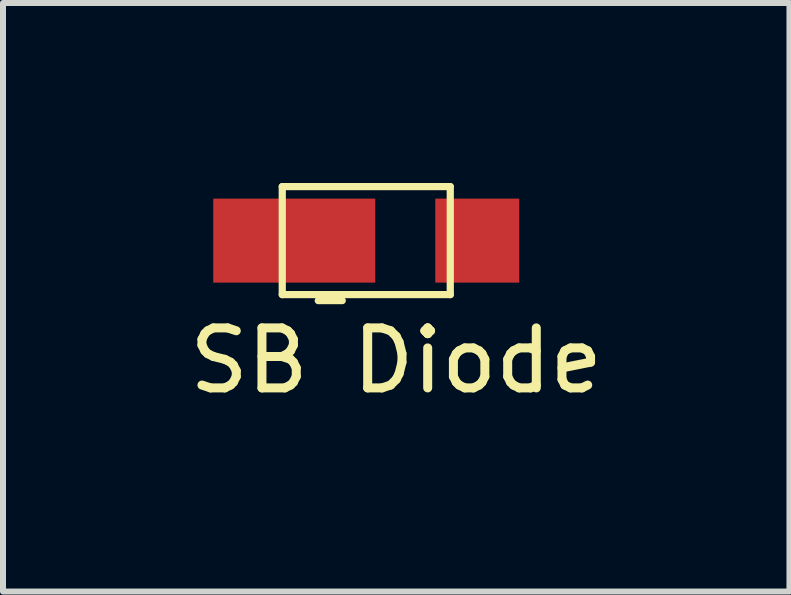
<source format=kicad_pcb>
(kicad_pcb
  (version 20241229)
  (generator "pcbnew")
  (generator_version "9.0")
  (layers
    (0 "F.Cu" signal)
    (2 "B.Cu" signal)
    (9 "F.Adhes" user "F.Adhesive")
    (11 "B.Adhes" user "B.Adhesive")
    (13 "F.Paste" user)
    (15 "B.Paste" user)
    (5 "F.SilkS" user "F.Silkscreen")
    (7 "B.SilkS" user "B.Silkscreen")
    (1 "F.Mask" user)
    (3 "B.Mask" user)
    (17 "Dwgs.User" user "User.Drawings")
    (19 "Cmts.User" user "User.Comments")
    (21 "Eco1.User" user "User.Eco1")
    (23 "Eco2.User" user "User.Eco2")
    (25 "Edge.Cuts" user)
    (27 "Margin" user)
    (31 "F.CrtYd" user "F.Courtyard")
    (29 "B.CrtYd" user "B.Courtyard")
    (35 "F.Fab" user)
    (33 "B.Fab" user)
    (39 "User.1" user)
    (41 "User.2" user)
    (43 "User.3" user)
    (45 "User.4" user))
  (footprint "SB Diode"
    (layer "F.Cu")
    (at 3.054 0.96)
    (property "Reference" "SB Diode" (at 0.5 2 0) (layer "F.SilkS") (effects (font (size 1 1) (thickness 0.15))))
    (attr through_hole)
    (fp_line (start -1.4 -0.9) (end 1.4 -0.9) (stroke (width 0.12) (type solid)) (layer "F.SilkS"))
    (fp_line (start -1.4 0.9) (end -1.4 -0.9) (stroke (width 0.12) (type solid)) (layer "F.SilkS"))
    (fp_line (start -0.8 1) (end -0.4 1) (stroke (width 0.12) (type solid)) (layer "F.SilkS"))
    (fp_line (start 1.4 -0.9) (end 1.4 0.9) (stroke (width 0.12) (type solid)) (layer "F.SilkS"))
    (fp_line (start 1.4 0.9) (end -1.4 0.9) (stroke (width 0.12) (type solid)) (layer "F.SilkS"))
    (pad "1" smd rect (at -1.2 0) (size 2.7 1.4) (layers "F.Cu" "F.Mask" "F.Paste"))
    (pad "2" smd rect (at 1.85 0) (size 1.4 1.4) (layers "F.Cu" "F.Mask" "F.Paste")))
  (gr_rect
    (start -3 -3)
    (end 10.107 6.808)
    (stroke (width 0.1) (type default))
    (fill no)
    (layer "Edge.Cuts")))
</source>
